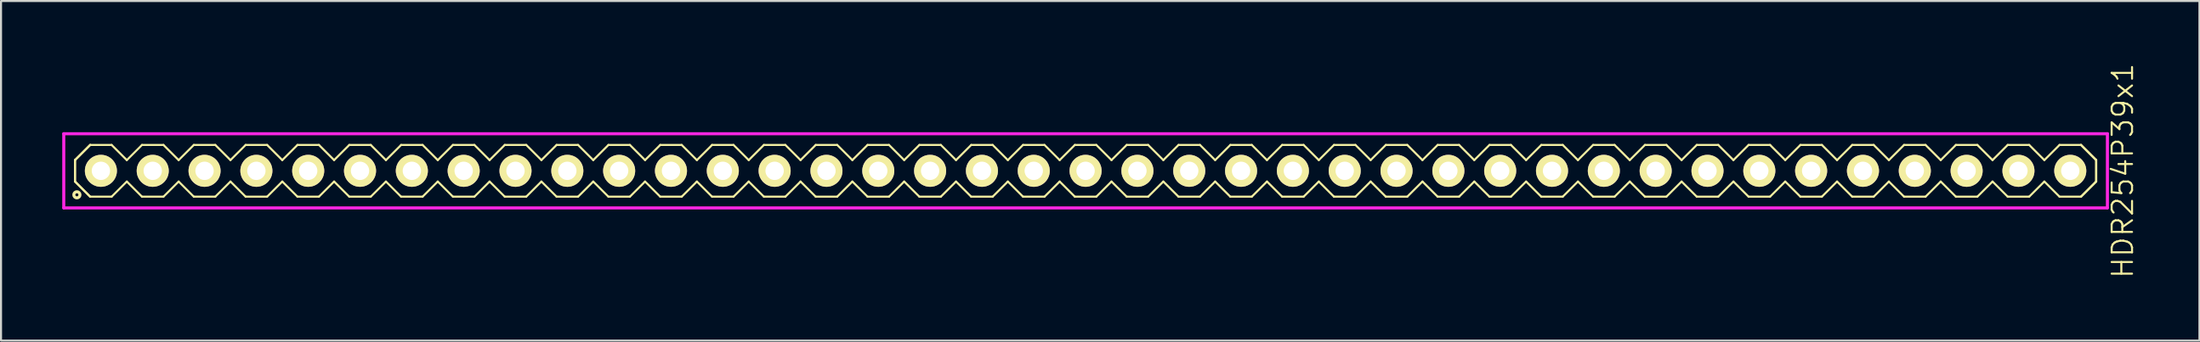
<source format=kicad_pcb>
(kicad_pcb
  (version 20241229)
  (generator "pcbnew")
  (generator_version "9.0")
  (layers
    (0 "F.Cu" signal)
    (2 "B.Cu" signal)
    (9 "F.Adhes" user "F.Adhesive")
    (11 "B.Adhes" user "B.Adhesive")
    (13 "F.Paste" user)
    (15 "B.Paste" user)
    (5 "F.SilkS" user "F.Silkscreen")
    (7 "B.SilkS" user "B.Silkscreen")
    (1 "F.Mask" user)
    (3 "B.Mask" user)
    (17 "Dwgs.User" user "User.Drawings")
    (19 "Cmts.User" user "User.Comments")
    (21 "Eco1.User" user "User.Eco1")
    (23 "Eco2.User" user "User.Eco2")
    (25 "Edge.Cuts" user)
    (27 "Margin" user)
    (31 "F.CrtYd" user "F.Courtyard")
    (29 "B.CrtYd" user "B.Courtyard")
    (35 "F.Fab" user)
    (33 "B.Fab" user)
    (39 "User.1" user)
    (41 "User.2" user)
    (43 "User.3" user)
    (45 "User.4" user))
  (footprint "HDR254P39x1"
    (layer "F.Cu")
    (at 50.155 5.336)
    (property "Reference" "HDR254P39x1" (at 50.83 0 90) (layer "F.SilkS") (effects (font (size 1 1) (thickness 0.1))))
    (attr through_hole)
    (fp_line (start -49.53 -0.526) (end -48.786 -1.27) (stroke (width 0.1) (type solid)) (layer "F.SilkS"))
    (fp_line (start -49.53 -0.526) (end -48.786 -1.27) (stroke (width 0.1) (type solid)) (layer "F.SilkS"))
    (fp_line (start -49.53 0.526) (end -49.53 -0.526) (stroke (width 0.1) (type solid)) (layer "F.SilkS"))
    (fp_line (start -49.53 0.526) (end -49.53 -0.526) (stroke (width 0.1) (type solid)) (layer "F.SilkS"))
    (fp_line (start -48.786 -1.27) (end -47.734 -1.27) (stroke (width 0.1) (type solid)) (layer "F.SilkS"))
    (fp_line (start -48.786 1.27) (end -49.53 0.526) (stroke (width 0.1) (type solid)) (layer "F.SilkS"))
    (fp_line (start -48.786 1.27) (end -49.53 0.526) (stroke (width 0.1) (type solid)) (layer "F.SilkS"))
    (fp_line (start -47.734 -1.27) (end -46.99 -0.526) (stroke (width 0.1) (type solid)) (layer "F.SilkS"))
    (fp_line (start -47.734 1.27) (end -48.786 1.27) (stroke (width 0.1) (type solid)) (layer "F.SilkS"))
    (fp_line (start -46.99 -0.526) (end -46.246 -1.27) (stroke (width 0.1) (type solid)) (layer "F.SilkS"))
    (fp_line (start -46.99 0.526) (end -47.734 1.27) (stroke (width 0.1) (type solid)) (layer "F.SilkS"))
    (fp_line (start -46.246 -1.27) (end -45.194 -1.27) (stroke (width 0.1) (type solid)) (layer "F.SilkS"))
    (fp_line (start -46.246 1.27) (end -46.99 0.526) (stroke (width 0.1) (type solid)) (layer "F.SilkS"))
    (fp_line (start -45.194 -1.27) (end -44.45 -0.526) (stroke (width 0.1) (type solid)) (layer "F.SilkS"))
    (fp_line (start -45.194 1.27) (end -46.246 1.27) (stroke (width 0.1) (type solid)) (layer "F.SilkS"))
    (fp_line (start -44.45 -0.526) (end -43.706 -1.27) (stroke (width 0.1) (type solid)) (layer "F.SilkS"))
    (fp_line (start -44.45 0.526) (end -45.194 1.27) (stroke (width 0.1) (type solid)) (layer "F.SilkS"))
    (fp_line (start -43.706 -1.27) (end -42.654 -1.27) (stroke (width 0.1) (type solid)) (layer "F.SilkS"))
    (fp_line (start -43.706 1.27) (end -44.45 0.526) (stroke (width 0.1) (type solid)) (layer "F.SilkS"))
    (fp_line (start -42.654 -1.27) (end -41.91 -0.526) (stroke (width 0.1) (type solid)) (layer "F.SilkS"))
    (fp_line (start -42.654 1.27) (end -43.706 1.27) (stroke (width 0.1) (type solid)) (layer "F.SilkS"))
    (fp_line (start -41.91 -0.526) (end -41.166 -1.27) (stroke (width 0.1) (type solid)) (layer "F.SilkS"))
    (fp_line (start -41.91 0.526) (end -42.654 1.27) (stroke (width 0.1) (type solid)) (layer "F.SilkS"))
    (fp_line (start -41.166 -1.27) (end -40.114 -1.27) (stroke (width 0.1) (type solid)) (layer "F.SilkS"))
    (fp_line (start -41.166 1.27) (end -41.91 0.526) (stroke (width 0.1) (type solid)) (layer "F.SilkS"))
    (fp_line (start -40.114 -1.27) (end -39.37 -0.526) (stroke (width 0.1) (type solid)) (layer "F.SilkS"))
    (fp_line (start -40.114 1.27) (end -41.166 1.27) (stroke (width 0.1) (type solid)) (layer "F.SilkS"))
    (fp_line (start -39.37 -0.526) (end -38.626 -1.27) (stroke (width 0.1) (type solid)) (layer "F.SilkS"))
    (fp_line (start -39.37 0.526) (end -40.114 1.27) (stroke (width 0.1) (type solid)) (layer "F.SilkS"))
    (fp_line (start -38.626 -1.27) (end -37.574 -1.27) (stroke (width 0.1) (type solid)) (layer "F.SilkS"))
    (fp_line (start -38.626 1.27) (end -39.37 0.526) (stroke (width 0.1) (type solid)) (layer "F.SilkS"))
    (fp_line (start -37.574 -1.27) (end -36.83 -0.526) (stroke (width 0.1) (type solid)) (layer "F.SilkS"))
    (fp_line (start -37.574 1.27) (end -38.626 1.27) (stroke (width 0.1) (type solid)) (layer "F.SilkS"))
    (fp_line (start -36.83 -0.526) (end -36.086 -1.27) (stroke (width 0.1) (type solid)) (layer "F.SilkS"))
    (fp_line (start -36.83 0.526) (end -37.574 1.27) (stroke (width 0.1) (type solid)) (layer "F.SilkS"))
    (fp_line (start -36.086 -1.27) (end -35.034 -1.27) (stroke (width 0.1) (type solid)) (layer "F.SilkS"))
    (fp_line (start -36.086 1.27) (end -36.83 0.526) (stroke (width 0.1) (type solid)) (layer "F.SilkS"))
    (fp_line (start -35.034 -1.27) (end -34.29 -0.526) (stroke (width 0.1) (type solid)) (layer "F.SilkS"))
    (fp_line (start -35.034 1.27) (end -36.086 1.27) (stroke (width 0.1) (type solid)) (layer "F.SilkS"))
    (fp_line (start -34.29 -0.526) (end -33.546 -1.27) (stroke (width 0.1) (type solid)) (layer "F.SilkS"))
    (fp_line (start -34.29 0.526) (end -35.034 1.27) (stroke (width 0.1) (type solid)) (layer "F.SilkS"))
    (fp_line (start -33.546 -1.27) (end -32.494 -1.27) (stroke (width 0.1) (type solid)) (layer "F.SilkS"))
    (fp_line (start -33.546 1.27) (end -34.29 0.526) (stroke (width 0.1) (type solid)) (layer "F.SilkS"))
    (fp_line (start -32.494 -1.27) (end -31.75 -0.526) (stroke (width 0.1) (type solid)) (layer "F.SilkS"))
    (fp_line (start -32.494 1.27) (end -33.546 1.27) (stroke (width 0.1) (type solid)) (layer "F.SilkS"))
    (fp_line (start -31.75 -0.526) (end -31.006 -1.27) (stroke (width 0.1) (type solid)) (layer "F.SilkS"))
    (fp_line (start -31.75 0.526) (end -32.494 1.27) (stroke (width 0.1) (type solid)) (layer "F.SilkS"))
    (fp_line (start -31.006 -1.27) (end -29.954 -1.27) (stroke (width 0.1) (type solid)) (layer "F.SilkS"))
    (fp_line (start -31.006 1.27) (end -31.75 0.526) (stroke (width 0.1) (type solid)) (layer "F.SilkS"))
    (fp_line (start -29.954 -1.27) (end -29.21 -0.526) (stroke (width 0.1) (type solid)) (layer "F.SilkS"))
    (fp_line (start -29.954 1.27) (end -31.006 1.27) (stroke (width 0.1) (type solid)) (layer "F.SilkS"))
    (fp_line (start -29.21 -0.526) (end -28.466 -1.27) (stroke (width 0.1) (type solid)) (layer "F.SilkS"))
    (fp_line (start -29.21 0.526) (end -29.954 1.27) (stroke (width 0.1) (type solid)) (layer "F.SilkS"))
    (fp_line (start -28.466 -1.27) (end -27.414 -1.27) (stroke (width 0.1) (type solid)) (layer "F.SilkS"))
    (fp_line (start -28.466 1.27) (end -29.21 0.526) (stroke (width 0.1) (type solid)) (layer "F.SilkS"))
    (fp_line (start -27.414 -1.27) (end -26.67 -0.526) (stroke (width 0.1) (type solid)) (layer "F.SilkS"))
    (fp_line (start -27.414 1.27) (end -28.466 1.27) (stroke (width 0.1) (type solid)) (layer "F.SilkS"))
    (fp_line (start -26.67 -0.526) (end -25.926 -1.27) (stroke (width 0.1) (type solid)) (layer "F.SilkS"))
    (fp_line (start -26.67 0.526) (end -27.414 1.27) (stroke (width 0.1) (type solid)) (layer "F.SilkS"))
    (fp_line (start -25.926 -1.27) (end -24.874 -1.27) (stroke (width 0.1) (type solid)) (layer "F.SilkS"))
    (fp_line (start -25.926 1.27) (end -26.67 0.526) (stroke (width 0.1) (type solid)) (layer "F.SilkS"))
    (fp_line (start -24.874 -1.27) (end -24.13 -0.526) (stroke (width 0.1) (type solid)) (layer "F.SilkS"))
    (fp_line (start -24.874 1.27) (end -25.926 1.27) (stroke (width 0.1) (type solid)) (layer "F.SilkS"))
    (fp_line (start -24.13 -0.526) (end -23.386 -1.27) (stroke (width 0.1) (type solid)) (layer "F.SilkS"))
    (fp_line (start -24.13 0.526) (end -24.874 1.27) (stroke (width 0.1) (type solid)) (layer "F.SilkS"))
    (fp_line (start -23.386 -1.27) (end -22.334 -1.27) (stroke (width 0.1) (type solid)) (layer "F.SilkS"))
    (fp_line (start -23.386 1.27) (end -24.13 0.526) (stroke (width 0.1) (type solid)) (layer "F.SilkS"))
    (fp_line (start -22.334 -1.27) (end -21.59 -0.526) (stroke (width 0.1) (type solid)) (layer "F.SilkS"))
    (fp_line (start -22.334 1.27) (end -23.386 1.27) (stroke (width 0.1) (type solid)) (layer "F.SilkS"))
    (fp_line (start -21.59 -0.526) (end -20.846 -1.27) (stroke (width 0.1) (type solid)) (layer "F.SilkS"))
    (fp_line (start -21.59 0.526) (end -22.334 1.27) (stroke (width 0.1) (type solid)) (layer "F.SilkS"))
    (fp_line (start -20.846 -1.27) (end -19.794 -1.27) (stroke (width 0.1) (type solid)) (layer "F.SilkS"))
    (fp_line (start -20.846 1.27) (end -21.59 0.526) (stroke (width 0.1) (type solid)) (layer "F.SilkS"))
    (fp_line (start -19.794 -1.27) (end -19.05 -0.526) (stroke (width 0.1) (type solid)) (layer "F.SilkS"))
    (fp_line (start -19.794 1.27) (end -20.846 1.27) (stroke (width 0.1) (type solid)) (layer "F.SilkS"))
    (fp_line (start -19.05 -0.526) (end -18.306 -1.27) (stroke (width 0.1) (type solid)) (layer "F.SilkS"))
    (fp_line (start -19.05 0.526) (end -19.794 1.27) (stroke (width 0.1) (type solid)) (layer "F.SilkS"))
    (fp_line (start -18.306 -1.27) (end -17.254 -1.27) (stroke (width 0.1) (type solid)) (layer "F.SilkS"))
    (fp_line (start -18.306 1.27) (end -19.05 0.526) (stroke (width 0.1) (type solid)) (layer "F.SilkS"))
    (fp_line (start -17.254 -1.27) (end -16.51 -0.526) (stroke (width 0.1) (type solid)) (layer "F.SilkS"))
    (fp_line (start -17.254 1.27) (end -18.306 1.27) (stroke (width 0.1) (type solid)) (layer "F.SilkS"))
    (fp_line (start -16.51 -0.526) (end -15.766 -1.27) (stroke (width 0.1) (type solid)) (layer "F.SilkS"))
    (fp_line (start -16.51 0.526) (end -17.254 1.27) (stroke (width 0.1) (type solid)) (layer "F.SilkS"))
    (fp_line (start -15.766 -1.27) (end -14.714 -1.27) (stroke (width 0.1) (type solid)) (layer "F.SilkS"))
    (fp_line (start -15.766 1.27) (end -16.51 0.526) (stroke (width 0.1) (type solid)) (layer "F.SilkS"))
    (fp_line (start -14.714 -1.27) (end -13.97 -0.526) (stroke (width 0.1) (type solid)) (layer "F.SilkS"))
    (fp_line (start -14.714 1.27) (end -15.766 1.27) (stroke (width 0.1) (type solid)) (layer "F.SilkS"))
    (fp_line (start -13.97 -0.526) (end -13.226 -1.27) (stroke (width 0.1) (type solid)) (layer "F.SilkS"))
    (fp_line (start -13.97 0.526) (end -14.714 1.27) (stroke (width 0.1) (type solid)) (layer "F.SilkS"))
    (fp_line (start -13.226 -1.27) (end -12.174 -1.27) (stroke (width 0.1) (type solid)) (layer "F.SilkS"))
    (fp_line (start -13.226 1.27) (end -13.97 0.526) (stroke (width 0.1) (type solid)) (layer "F.SilkS"))
    (fp_line (start -12.174 -1.27) (end -11.43 -0.526) (stroke (width 0.1) (type solid)) (layer "F.SilkS"))
    (fp_line (start -12.174 1.27) (end -13.226 1.27) (stroke (width 0.1) (type solid)) (layer "F.SilkS"))
    (fp_line (start -11.43 -0.526) (end -10.686 -1.27) (stroke (width 0.1) (type solid)) (layer "F.SilkS"))
    (fp_line (start -11.43 0.526) (end -12.174 1.27) (stroke (width 0.1) (type solid)) (layer "F.SilkS"))
    (fp_line (start -10.686 -1.27) (end -9.634 -1.27) (stroke (width 0.1) (type solid)) (layer "F.SilkS"))
    (fp_line (start -10.686 1.27) (end -11.43 0.526) (stroke (width 0.1) (type solid)) (layer "F.SilkS"))
    (fp_line (start -9.634 -1.27) (end -8.89 -0.526) (stroke (width 0.1) (type solid)) (layer "F.SilkS"))
    (fp_line (start -9.634 1.27) (end -10.686 1.27) (stroke (width 0.1) (type solid)) (layer "F.SilkS"))
    (fp_line (start -8.89 -0.526) (end -8.146 -1.27) (stroke (width 0.1) (type solid)) (layer "F.SilkS"))
    (fp_line (start -8.89 0.526) (end -9.634 1.27) (stroke (width 0.1) (type solid)) (layer "F.SilkS"))
    (fp_line (start -8.146 -1.27) (end -7.094 -1.27) (stroke (width 0.1) (type solid)) (layer "F.SilkS"))
    (fp_line (start -8.146 1.27) (end -8.89 0.526) (stroke (width 0.1) (type solid)) (layer "F.SilkS"))
    (fp_line (start -7.094 -1.27) (end -6.35 -0.526) (stroke (width 0.1) (type solid)) (layer "F.SilkS"))
    (fp_line (start -7.094 1.27) (end -8.146 1.27) (stroke (width 0.1) (type solid)) (layer "F.SilkS"))
    (fp_line (start -6.35 -0.526) (end -5.606 -1.27) (stroke (width 0.1) (type solid)) (layer "F.SilkS"))
    (fp_line (start -6.35 0.526) (end -7.094 1.27) (stroke (width 0.1) (type solid)) (layer "F.SilkS"))
    (fp_line (start -5.606 -1.27) (end -4.554 -1.27) (stroke (width 0.1) (type solid)) (layer "F.SilkS"))
    (fp_line (start -5.606 1.27) (end -6.35 0.526) (stroke (width 0.1) (type solid)) (layer "F.SilkS"))
    (fp_line (start -4.554 -1.27) (end -3.81 -0.526) (stroke (width 0.1) (type solid)) (layer "F.SilkS"))
    (fp_line (start -4.554 1.27) (end -5.606 1.27) (stroke (width 0.1) (type solid)) (layer "F.SilkS"))
    (fp_line (start -3.81 -0.526) (end -3.066 -1.27) (stroke (width 0.1) (type solid)) (layer "F.SilkS"))
    (fp_line (start -3.81 0.526) (end -4.554 1.27) (stroke (width 0.1) (type solid)) (layer "F.SilkS"))
    (fp_line (start -3.066 -1.27) (end -2.014 -1.27) (stroke (width 0.1) (type solid)) (layer "F.SilkS"))
    (fp_line (start -3.066 1.27) (end -3.81 0.526) (stroke (width 0.1) (type solid)) (layer "F.SilkS"))
    (fp_line (start -2.014 -1.27) (end -1.27 -0.526) (stroke (width 0.1) (type solid)) (layer "F.SilkS"))
    (fp_line (start -2.014 1.27) (end -3.066 1.27) (stroke (width 0.1) (type solid)) (layer "F.SilkS"))
    (fp_line (start -1.27 -0.526) (end -0.526 -1.27) (stroke (width 0.1) (type solid)) (layer "F.SilkS"))
    (fp_line (start -1.27 0.526) (end -2.014 1.27) (stroke (width 0.1) (type solid)) (layer "F.SilkS"))
    (fp_line (start -0.526 -1.27) (end 0.526 -1.27) (stroke (width 0.1) (type solid)) (layer "F.SilkS"))
    (fp_line (start -0.526 1.27) (end -1.27 0.526) (stroke (width 0.1) (type solid)) (layer "F.SilkS"))
    (fp_line (start 0.526 -1.27) (end 1.27 -0.526) (stroke (width 0.1) (type solid)) (layer "F.SilkS"))
    (fp_line (start 0.526 1.27) (end -0.526 1.27) (stroke (width 0.1) (type solid)) (layer "F.SilkS"))
    (fp_line (start 1.27 -0.526) (end 2.014 -1.27) (stroke (width 0.1) (type solid)) (layer "F.SilkS"))
    (fp_line (start 1.27 0.526) (end 0.526 1.27) (stroke (width 0.1) (type solid)) (layer "F.SilkS"))
    (fp_line (start 2.014 -1.27) (end 3.066 -1.27) (stroke (width 0.1) (type solid)) (layer "F.SilkS"))
    (fp_line (start 2.014 1.27) (end 1.27 0.526) (stroke (width 0.1) (type solid)) (layer "F.SilkS"))
    (fp_line (start 3.066 -1.27) (end 3.81 -0.526) (stroke (width 0.1) (type solid)) (layer "F.SilkS"))
    (fp_line (start 3.066 1.27) (end 2.014 1.27) (stroke (width 0.1) (type solid)) (layer "F.SilkS"))
    (fp_line (start 3.81 -0.526) (end 4.554 -1.27) (stroke (width 0.1) (type solid)) (layer "F.SilkS"))
    (fp_line (start 3.81 0.526) (end 3.066 1.27) (stroke (width 0.1) (type solid)) (layer "F.SilkS"))
    (fp_line (start 4.554 -1.27) (end 5.606 -1.27) (stroke (width 0.1) (type solid)) (layer "F.SilkS"))
    (fp_line (start 4.554 1.27) (end 3.81 0.526) (stroke (width 0.1) (type solid)) (layer "F.SilkS"))
    (fp_line (start 5.606 -1.27) (end 6.35 -0.526) (stroke (width 0.1) (type solid)) (layer "F.SilkS"))
    (fp_line (start 5.606 1.27) (end 4.554 1.27) (stroke (width 0.1) (type solid)) (layer "F.SilkS"))
    (fp_line (start 6.35 -0.526) (end 7.094 -1.27) (stroke (width 0.1) (type solid)) (layer "F.SilkS"))
    (fp_line (start 6.35 0.526) (end 5.606 1.27) (stroke (width 0.1) (type solid)) (layer "F.SilkS"))
    (fp_line (start 7.094 -1.27) (end 8.146 -1.27) (stroke (width 0.1) (type solid)) (layer "F.SilkS"))
    (fp_line (start 7.094 1.27) (end 6.35 0.526) (stroke (width 0.1) (type solid)) (layer "F.SilkS"))
    (fp_line (start 8.146 -1.27) (end 8.89 -0.526) (stroke (width 0.1) (type solid)) (layer "F.SilkS"))
    (fp_line (start 8.146 1.27) (end 7.094 1.27) (stroke (width 0.1) (type solid)) (layer "F.SilkS"))
    (fp_line (start 8.89 -0.526) (end 9.634 -1.27) (stroke (width 0.1) (type solid)) (layer "F.SilkS"))
    (fp_line (start 8.89 0.526) (end 8.146 1.27) (stroke (width 0.1) (type solid)) (layer "F.SilkS"))
    (fp_line (start 9.634 -1.27) (end 10.686 -1.27) (stroke (width 0.1) (type solid)) (layer "F.SilkS"))
    (fp_line (start 9.634 1.27) (end 8.89 0.526) (stroke (width 0.1) (type solid)) (layer "F.SilkS"))
    (fp_line (start 10.686 -1.27) (end 11.43 -0.526) (stroke (width 0.1) (type solid)) (layer "F.SilkS"))
    (fp_line (start 10.686 1.27) (end 9.634 1.27) (stroke (width 0.1) (type solid)) (layer "F.SilkS"))
    (fp_line (start 11.43 -0.526) (end 12.174 -1.27) (stroke (width 0.1) (type solid)) (layer "F.SilkS"))
    (fp_line (start 11.43 0.526) (end 10.686 1.27) (stroke (width 0.1) (type solid)) (layer "F.SilkS"))
    (fp_line (start 12.174 -1.27) (end 13.226 -1.27) (stroke (width 0.1) (type solid)) (layer "F.SilkS"))
    (fp_line (start 12.174 1.27) (end 11.43 0.526) (stroke (width 0.1) (type solid)) (layer "F.SilkS"))
    (fp_line (start 13.226 -1.27) (end 13.97 -0.526) (stroke (width 0.1) (type solid)) (layer "F.SilkS"))
    (fp_line (start 13.226 1.27) (end 12.174 1.27) (stroke (width 0.1) (type solid)) (layer "F.SilkS"))
    (fp_line (start 13.97 -0.526) (end 14.714 -1.27) (stroke (width 0.1) (type solid)) (layer "F.SilkS"))
    (fp_line (start 13.97 0.526) (end 13.226 1.27) (stroke (width 0.1) (type solid)) (layer "F.SilkS"))
    (fp_line (start 14.714 -1.27) (end 15.766 -1.27) (stroke (width 0.1) (type solid)) (layer "F.SilkS"))
    (fp_line (start 14.714 1.27) (end 13.97 0.526) (stroke (width 0.1) (type solid)) (layer "F.SilkS"))
    (fp_line (start 15.766 -1.27) (end 16.51 -0.526) (stroke (width 0.1) (type solid)) (layer "F.SilkS"))
    (fp_line (start 15.766 1.27) (end 14.714 1.27) (stroke (width 0.1) (type solid)) (layer "F.SilkS"))
    (fp_line (start 16.51 -0.526) (end 17.254 -1.27) (stroke (width 0.1) (type solid)) (layer "F.SilkS"))
    (fp_line (start 16.51 0.526) (end 15.766 1.27) (stroke (width 0.1) (type solid)) (layer "F.SilkS"))
    (fp_line (start 17.254 -1.27) (end 18.306 -1.27) (stroke (width 0.1) (type solid)) (layer "F.SilkS"))
    (fp_line (start 17.254 1.27) (end 16.51 0.526) (stroke (width 0.1) (type solid)) (layer "F.SilkS"))
    (fp_line (start 18.306 -1.27) (end 19.05 -0.526) (stroke (width 0.1) (type solid)) (layer "F.SilkS"))
    (fp_line (start 18.306 1.27) (end 17.254 1.27) (stroke (width 0.1) (type solid)) (layer "F.SilkS"))
    (fp_line (start 19.05 -0.526) (end 19.794 -1.27) (stroke (width 0.1) (type solid)) (layer "F.SilkS"))
    (fp_line (start 19.05 0.526) (end 18.306 1.27) (stroke (width 0.1) (type solid)) (layer "F.SilkS"))
    (fp_line (start 19.794 -1.27) (end 20.846 -1.27) (stroke (width 0.1) (type solid)) (layer "F.SilkS"))
    (fp_line (start 19.794 1.27) (end 19.05 0.526) (stroke (width 0.1) (type solid)) (layer "F.SilkS"))
    (fp_line (start 20.846 -1.27) (end 21.59 -0.526) (stroke (width 0.1) (type solid)) (layer "F.SilkS"))
    (fp_line (start 20.846 1.27) (end 19.794 1.27) (stroke (width 0.1) (type solid)) (layer "F.SilkS"))
    (fp_line (start 21.59 -0.526) (end 22.334 -1.27) (stroke (width 0.1) (type solid)) (layer "F.SilkS"))
    (fp_line (start 21.59 0.526) (end 20.846 1.27) (stroke (width 0.1) (type solid)) (layer "F.SilkS"))
    (fp_line (start 22.334 -1.27) (end 23.386 -1.27) (stroke (width 0.1) (type solid)) (layer "F.SilkS"))
    (fp_line (start 22.334 1.27) (end 21.59 0.526) (stroke (width 0.1) (type solid)) (layer "F.SilkS"))
    (fp_line (start 23.386 -1.27) (end 24.13 -0.526) (stroke (width 0.1) (type solid)) (layer "F.SilkS"))
    (fp_line (start 23.386 1.27) (end 22.334 1.27) (stroke (width 0.1) (type solid)) (layer "F.SilkS"))
    (fp_line (start 24.13 -0.526) (end 24.874 -1.27) (stroke (width 0.1) (type solid)) (layer "F.SilkS"))
    (fp_line (start 24.13 0.526) (end 23.386 1.27) (stroke (width 0.1) (type solid)) (layer "F.SilkS"))
    (fp_line (start 24.874 -1.27) (end 25.926 -1.27) (stroke (width 0.1) (type solid)) (layer "F.SilkS"))
    (fp_line (start 24.874 1.27) (end 24.13 0.526) (stroke (width 0.1) (type solid)) (layer "F.SilkS"))
    (fp_line (start 25.926 -1.27) (end 26.67 -0.526) (stroke (width 0.1) (type solid)) (layer "F.SilkS"))
    (fp_line (start 25.926 1.27) (end 24.874 1.27) (stroke (width 0.1) (type solid)) (layer "F.SilkS"))
    (fp_line (start 26.67 -0.526) (end 27.414 -1.27) (stroke (width 0.1) (type solid)) (layer "F.SilkS"))
    (fp_line (start 26.67 0.526) (end 25.926 1.27) (stroke (width 0.1) (type solid)) (layer "F.SilkS"))
    (fp_line (start 27.414 -1.27) (end 28.466 -1.27) (stroke (width 0.1) (type solid)) (layer "F.SilkS"))
    (fp_line (start 27.414 1.27) (end 26.67 0.526) (stroke (width 0.1) (type solid)) (layer "F.SilkS"))
    (fp_line (start 28.466 -1.27) (end 29.21 -0.526) (stroke (width 0.1) (type solid)) (layer "F.SilkS"))
    (fp_line (start 28.466 1.27) (end 27.414 1.27) (stroke (width 0.1) (type solid)) (layer "F.SilkS"))
    (fp_line (start 29.21 -0.526) (end 29.954 -1.27) (stroke (width 0.1) (type solid)) (layer "F.SilkS"))
    (fp_line (start 29.21 0.526) (end 28.466 1.27) (stroke (width 0.1) (type solid)) (layer "F.SilkS"))
    (fp_line (start 29.954 -1.27) (end 31.006 -1.27) (stroke (width 0.1) (type solid)) (layer "F.SilkS"))
    (fp_line (start 29.954 1.27) (end 29.21 0.526) (stroke (width 0.1) (type solid)) (layer "F.SilkS"))
    (fp_line (start 31.006 -1.27) (end 31.75 -0.526) (stroke (width 0.1) (type solid)) (layer "F.SilkS"))
    (fp_line (start 31.006 1.27) (end 29.954 1.27) (stroke (width 0.1) (type solid)) (layer "F.SilkS"))
    (fp_line (start 31.75 -0.526) (end 32.494 -1.27) (stroke (width 0.1) (type solid)) (layer "F.SilkS"))
    (fp_line (start 31.75 0.526) (end 31.006 1.27) (stroke (width 0.1) (type solid)) (layer "F.SilkS"))
    (fp_line (start 32.494 -1.27) (end 33.546 -1.27) (stroke (width 0.1) (type solid)) (layer "F.SilkS"))
    (fp_line (start 32.494 1.27) (end 31.75 0.526) (stroke (width 0.1) (type solid)) (layer "F.SilkS"))
    (fp_line (start 33.546 -1.27) (end 34.29 -0.526) (stroke (width 0.1) (type solid)) (layer "F.SilkS"))
    (fp_line (start 33.546 1.27) (end 32.494 1.27) (stroke (width 0.1) (type solid)) (layer "F.SilkS"))
    (fp_line (start 34.29 -0.526) (end 35.034 -1.27) (stroke (width 0.1) (type solid)) (layer "F.SilkS"))
    (fp_line (start 34.29 0.526) (end 33.546 1.27) (stroke (width 0.1) (type solid)) (layer "F.SilkS"))
    (fp_line (start 35.034 -1.27) (end 36.086 -1.27) (stroke (width 0.1) (type solid)) (layer "F.SilkS"))
    (fp_line (start 35.034 1.27) (end 34.29 0.526) (stroke (width 0.1) (type solid)) (layer "F.SilkS"))
    (fp_line (start 36.086 -1.27) (end 36.83 -0.526) (stroke (width 0.1) (type solid)) (layer "F.SilkS"))
    (fp_line (start 36.086 1.27) (end 35.034 1.27) (stroke (width 0.1) (type solid)) (layer "F.SilkS"))
    (fp_line (start 36.83 -0.526) (end 37.574 -1.27) (stroke (width 0.1) (type solid)) (layer "F.SilkS"))
    (fp_line (start 36.83 0.526) (end 36.086 1.27) (stroke (width 0.1) (type solid)) (layer "F.SilkS"))
    (fp_line (start 37.574 -1.27) (end 38.626 -1.27) (stroke (width 0.1) (type solid)) (layer "F.SilkS"))
    (fp_line (start 37.574 1.27) (end 36.83 0.526) (stroke (width 0.1) (type solid)) (layer "F.SilkS"))
    (fp_line (start 38.626 -1.27) (end 39.37 -0.526) (stroke (width 0.1) (type solid)) (layer "F.SilkS"))
    (fp_line (start 38.626 1.27) (end 37.574 1.27) (stroke (width 0.1) (type solid)) (layer "F.SilkS"))
    (fp_line (start 39.37 -0.526) (end 40.114 -1.27) (stroke (width 0.1) (type solid)) (layer "F.SilkS"))
    (fp_line (start 39.37 0.526) (end 38.626 1.27) (stroke (width 0.1) (type solid)) (layer "F.SilkS"))
    (fp_line (start 40.114 -1.27) (end 41.166 -1.27) (stroke (width 0.1) (type solid)) (layer "F.SilkS"))
    (fp_line (start 40.114 1.27) (end 39.37 0.526) (stroke (width 0.1) (type solid)) (layer "F.SilkS"))
    (fp_line (start 41.166 -1.27) (end 41.91 -0.526) (stroke (width 0.1) (type solid)) (layer "F.SilkS"))
    (fp_line (start 41.166 1.27) (end 40.114 1.27) (stroke (width 0.1) (type solid)) (layer "F.SilkS"))
    (fp_line (start 41.91 -0.526) (end 42.654 -1.27) (stroke (width 0.1) (type solid)) (layer "F.SilkS"))
    (fp_line (start 41.91 0.526) (end 41.166 1.27) (stroke (width 0.1) (type solid)) (layer "F.SilkS"))
    (fp_line (start 42.654 -1.27) (end 43.706 -1.27) (stroke (width 0.1) (type solid)) (layer "F.SilkS"))
    (fp_line (start 42.654 1.27) (end 41.91 0.526) (stroke (width 0.1) (type solid)) (layer "F.SilkS"))
    (fp_line (start 43.706 -1.27) (end 44.45 -0.526) (stroke (width 0.1) (type solid)) (layer "F.SilkS"))
    (fp_line (start 43.706 1.27) (end 42.654 1.27) (stroke (width 0.1) (type solid)) (layer "F.SilkS"))
    (fp_line (start 44.45 -0.526) (end 45.194 -1.27) (stroke (width 0.1) (type solid)) (layer "F.SilkS"))
    (fp_line (start 44.45 0.526) (end 43.706 1.27) (stroke (width 0.1) (type solid)) (layer "F.SilkS"))
    (fp_line (start 45.194 -1.27) (end 46.246 -1.27) (stroke (width 0.1) (type solid)) (layer "F.SilkS"))
    (fp_line (start 45.194 1.27) (end 44.45 0.526) (stroke (width 0.1) (type solid)) (layer "F.SilkS"))
    (fp_line (start 46.246 -1.27) (end 46.99 -0.526) (stroke (width 0.1) (type solid)) (layer "F.SilkS"))
    (fp_line (start 46.246 1.27) (end 45.194 1.27) (stroke (width 0.1) (type solid)) (layer "F.SilkS"))
    (fp_line (start 46.99 -0.526) (end 47.734 -1.27) (stroke (width 0.1) (type solid)) (layer "F.SilkS"))
    (fp_line (start 46.99 0.526) (end 46.246 1.27) (stroke (width 0.1) (type solid)) (layer "F.SilkS"))
    (fp_line (start 47.734 -1.27) (end 48.786 -1.27) (stroke (width 0.1) (type solid)) (layer "F.SilkS"))
    (fp_line (start 47.734 1.27) (end 46.99 0.526) (stroke (width 0.1) (type solid)) (layer "F.SilkS"))
    (fp_line (start 48.786 -1.27) (end 49.53 -0.526) (stroke (width 0.1) (type solid)) (layer "F.SilkS"))
    (fp_line (start 48.786 -1.27) (end 49.53 -0.526) (stroke (width 0.1) (type solid)) (layer "F.SilkS"))
    (fp_line (start 48.786 1.27) (end 47.734 1.27) (stroke (width 0.1) (type solid)) (layer "F.SilkS"))
    (fp_line (start 49.53 -0.526) (end 49.53 0.526) (stroke (width 0.1) (type solid)) (layer "F.SilkS"))
    (fp_line (start 49.53 -0.526) (end 49.53 0.526) (stroke (width 0.1) (type solid)) (layer "F.SilkS"))
    (fp_line (start 49.53 0.526) (end 48.786 1.27) (stroke (width 0.1) (type solid)) (layer "F.SilkS"))
    (fp_line (start 49.53 0.526) (end 48.786 1.27) (stroke (width 0.1) (type solid)) (layer "F.SilkS"))
    (fp_circle (center -49.437 1.178) (end -49.287 1.178) (stroke (width 0.15) (type solid)) (fill no) (layer "F.SilkS"))
    (fp_line (start -50.08 -1.82) (end -50.08 1.82) (stroke (width 0.15) (type solid)) (layer "F.CrtYd"))
    (fp_line (start -50.08 1.82) (end 50.08 1.82) (stroke (width 0.15) (type solid)) (layer "F.CrtYd"))
    (fp_line (start 50.08 -1.82) (end -50.08 -1.82) (stroke (width 0.15) (type solid)) (layer "F.CrtYd"))
    (fp_line (start 50.08 1.82) (end 50.08 -1.82) (stroke (width 0.15) (type solid)) (layer "F.CrtYd"))
    (pad "1" thru_hole oval (at -48.26 0) (size 1.57 1.57) (drill 0.9) (layers "*.Cu" "*.Mask" "F.SilkS"))
    (pad "2" thru_hole oval (at -45.72 0) (size 1.57 1.57) (drill 0.9) (layers "*.Cu" "*.Mask" "F.SilkS"))
    (pad "3" thru_hole oval (at -43.18 0) (size 1.57 1.57) (drill 0.9) (layers "*.Cu" "*.Mask" "F.SilkS"))
    (pad "4" thru_hole oval (at -40.64 0) (size 1.57 1.57) (drill 0.9) (layers "*.Cu" "*.Mask" "F.SilkS"))
    (pad "5" thru_hole oval (at -38.1 0) (size 1.57 1.57) (drill 0.9) (layers "*.Cu" "*.Mask" "F.SilkS"))
    (pad "6" thru_hole oval (at -35.56 0) (size 1.57 1.57) (drill 0.9) (layers "*.Cu" "*.Mask" "F.SilkS"))
    (pad "7" thru_hole oval (at -33.02 0) (size 1.57 1.57) (drill 0.9) (layers "*.Cu" "*.Mask" "F.SilkS"))
    (pad "8" thru_hole oval (at -30.48 0) (size 1.57 1.57) (drill 0.9) (layers "*.Cu" "*.Mask" "F.SilkS"))
    (pad "9" thru_hole oval (at -27.94 0) (size 1.57 1.57) (drill 0.9) (layers "*.Cu" "*.Mask" "F.SilkS"))
    (pad "10" thru_hole oval (at -25.4 0) (size 1.57 1.57) (drill 0.9) (layers "*.Cu" "*.Mask" "F.SilkS"))
    (pad "11" thru_hole oval (at -22.86 0) (size 1.57 1.57) (drill 0.9) (layers "*.Cu" "*.Mask" "F.SilkS"))
    (pad "12" thru_hole oval (at -20.32 0) (size 1.57 1.57) (drill 0.9) (layers "*.Cu" "*.Mask" "F.SilkS"))
    (pad "13" thru_hole oval (at -17.78 0) (size 1.57 1.57) (drill 0.9) (layers "*.Cu" "*.Mask" "F.SilkS"))
    (pad "14" thru_hole oval (at -15.24 0) (size 1.57 1.57) (drill 0.9) (layers "*.Cu" "*.Mask" "F.SilkS"))
    (pad "15" thru_hole oval (at -12.7 0) (size 1.57 1.57) (drill 0.9) (layers "*.Cu" "*.Mask" "F.SilkS"))
    (pad "16" thru_hole oval (at -10.16 0) (size 1.57 1.57) (drill 0.9) (layers "*.Cu" "*.Mask" "F.SilkS"))
    (pad "17" thru_hole oval (at -7.62 0) (size 1.57 1.57) (drill 0.9) (layers "*.Cu" "*.Mask" "F.SilkS"))
    (pad "18" thru_hole oval (at -5.08 0) (size 1.57 1.57) (drill 0.9) (layers "*.Cu" "*.Mask" "F.SilkS"))
    (pad "19" thru_hole oval (at -2.54 0) (size 1.57 1.57) (drill 0.9) (layers "*.Cu" "*.Mask" "F.SilkS"))
    (pad "20" thru_hole oval (at 0 0) (size 1.57 1.57) (drill 0.9) (layers "*.Cu" "*.Mask" "F.SilkS"))
    (pad "21" thru_hole oval (at 2.54 0) (size 1.57 1.57) (drill 0.9) (layers "*.Cu" "*.Mask" "F.SilkS"))
    (pad "22" thru_hole oval (at 5.08 0) (size 1.57 1.57) (drill 0.9) (layers "*.Cu" "*.Mask" "F.SilkS"))
    (pad "23" thru_hole oval (at 7.62 0) (size 1.57 1.57) (drill 0.9) (layers "*.Cu" "*.Mask" "F.SilkS"))
    (pad "24" thru_hole oval (at 10.16 0) (size 1.57 1.57) (drill 0.9) (layers "*.Cu" "*.Mask" "F.SilkS"))
    (pad "25" thru_hole oval (at 12.7 0) (size 1.57 1.57) (drill 0.9) (layers "*.Cu" "*.Mask" "F.SilkS"))
    (pad "26" thru_hole oval (at 15.24 0) (size 1.57 1.57) (drill 0.9) (layers "*.Cu" "*.Mask" "F.SilkS"))
    (pad "27" thru_hole oval (at 17.78 0) (size 1.57 1.57) (drill 0.9) (layers "*.Cu" "*.Mask" "F.SilkS"))
    (pad "28" thru_hole oval (at 20.32 0) (size 1.57 1.57) (drill 0.9) (layers "*.Cu" "*.Mask" "F.SilkS"))
    (pad "29" thru_hole oval (at 22.86 0) (size 1.57 1.57) (drill 0.9) (layers "*.Cu" "*.Mask" "F.SilkS"))
    (pad "30" thru_hole oval (at 25.4 0) (size 1.57 1.57) (drill 0.9) (layers "*.Cu" "*.Mask" "F.SilkS"))
    (pad "31" thru_hole oval (at 27.94 0) (size 1.57 1.57) (drill 0.9) (layers "*.Cu" "*.Mask" "F.SilkS"))
    (pad "32" thru_hole oval (at 30.48 0) (size 1.57 1.57) (drill 0.9) (layers "*.Cu" "*.Mask" "F.SilkS"))
    (pad "33" thru_hole oval (at 33.02 0) (size 1.57 1.57) (drill 0.9) (layers "*.Cu" "*.Mask" "F.SilkS"))
    (pad "34" thru_hole oval (at 35.56 0) (size 1.57 1.57) (drill 0.9) (layers "*.Cu" "*.Mask" "F.SilkS"))
    (pad "35" thru_hole oval (at 38.1 0) (size 1.57 1.57) (drill 0.9) (layers "*.Cu" "*.Mask" "F.SilkS"))
    (pad "36" thru_hole oval (at 40.64 0) (size 1.57 1.57) (drill 0.9) (layers "*.Cu" "*.Mask" "F.SilkS"))
    (pad "37" thru_hole oval (at 43.18 0) (size 1.57 1.57) (drill 0.9) (layers "*.Cu" "*.Mask" "F.SilkS"))
    (pad "38" thru_hole oval (at 45.72 0) (size 1.57 1.57) (drill 0.9) (layers "*.Cu" "*.Mask" "F.SilkS"))
    (pad "39" thru_hole oval (at 48.26 0) (size 1.57 1.57) (drill 0.9) (layers "*.Cu" "*.Mask" "F.SilkS")))
  (gr_rect
    (start -3 -3)
    (end 104.746 13.671)
    (stroke (width 0.1) (type default))
    (fill no)
    (layer "Edge.Cuts")))
</source>
